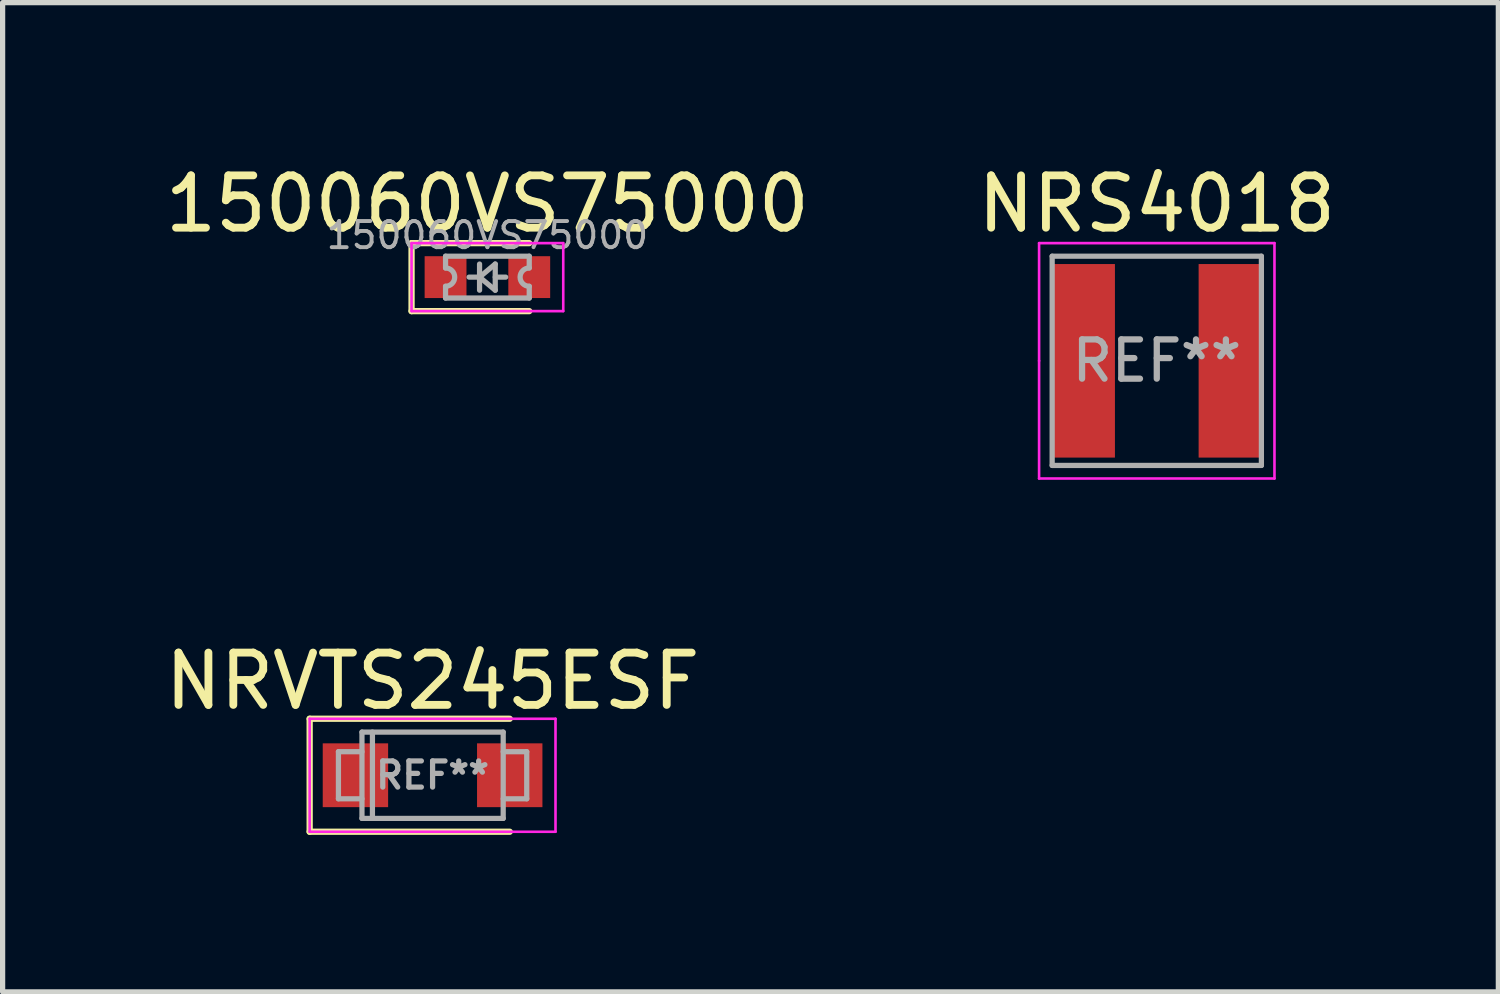
<source format=kicad_pcb>
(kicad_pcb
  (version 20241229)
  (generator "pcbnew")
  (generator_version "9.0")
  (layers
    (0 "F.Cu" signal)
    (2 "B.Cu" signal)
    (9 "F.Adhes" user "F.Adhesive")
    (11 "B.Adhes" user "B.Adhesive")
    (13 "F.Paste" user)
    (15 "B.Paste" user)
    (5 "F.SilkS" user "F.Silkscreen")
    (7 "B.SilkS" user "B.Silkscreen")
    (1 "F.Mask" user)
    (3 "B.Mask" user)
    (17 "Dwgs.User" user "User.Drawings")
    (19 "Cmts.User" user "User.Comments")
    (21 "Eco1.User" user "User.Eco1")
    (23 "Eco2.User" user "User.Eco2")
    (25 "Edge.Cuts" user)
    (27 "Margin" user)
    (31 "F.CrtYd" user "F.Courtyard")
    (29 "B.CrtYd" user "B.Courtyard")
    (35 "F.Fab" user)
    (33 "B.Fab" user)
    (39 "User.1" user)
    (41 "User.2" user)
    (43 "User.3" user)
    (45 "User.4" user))
  (footprint "150060VS75000"
    (layer "F.Cu")
    (at 6.268 2.248)
    (property "Reference" "150060VS75000" (at 0 -1.4 0) (layer "F.SilkS") (effects (font (size 1 1) (thickness 0.15))))
    (attr through_hole)
    (fp_line (start -1.45 -0.65) (end -1.45 0.65) (stroke (width 0.12) (type solid)) (layer "F.SilkS"))
    (fp_line (start -1.45 0.65) (end 0.8 0.65) (stroke (width 0.12) (type solid)) (layer "F.SilkS"))
    (fp_line (start 0.8 -0.65) (end -1.45 -0.65) (stroke (width 0.12) (type solid)) (layer "F.SilkS"))
    (fp_line (start -1.45 -0.65) (end 1.45 -0.65) (stroke (width 0.05) (type solid)) (layer "F.CrtYd"))
    (fp_line (start -1.45 0.65) (end -1.45 -0.65) (stroke (width 0.05) (type solid)) (layer "F.CrtYd"))
    (fp_line (start 1.45 -0.65) (end 1.45 0.65) (stroke (width 0.05) (type solid)) (layer "F.CrtYd"))
    (fp_line (start 1.45 0.65) (end -1.45 0.65) (stroke (width 0.05) (type solid)) (layer "F.CrtYd"))
    (fp_line (start -0.8 -0.4) (end -0.8 -0.175) (stroke (width 0.1) (type solid)) (layer "F.Fab"))
    (fp_line (start -0.8 -0.4) (end 0.8 -0.4) (stroke (width 0.1) (type solid)) (layer "F.Fab"))
    (fp_line (start -0.8 0.175) (end -0.8 0.4) (stroke (width 0.1) (type solid)) (layer "F.Fab"))
    (fp_line (start -0.35 0) (end -0.15 0) (stroke (width 0.1) (type solid)) (layer "F.Fab"))
    (fp_line (start -0.15 -0.25) (end -0.15 0.25) (stroke (width 0.1) (type solid)) (layer "F.Fab"))
    (fp_line (start -0.15 0) (end 0.15 -0.25) (stroke (width 0.1) (type solid)) (layer "F.Fab"))
    (fp_line (start 0.15 -0.25) (end 0.15 0.25) (stroke (width 0.1) (type solid)) (layer "F.Fab"))
    (fp_line (start 0.15 0) (end 0.35 0) (stroke (width 0.1) (type solid)) (layer "F.Fab"))
    (fp_line (start 0.15 0.25) (end -0.15 0) (stroke (width 0.1) (type solid)) (layer "F.Fab"))
    (fp_line (start 0.8 -0.4) (end 0.8 -0.175) (stroke (width 0.1) (type solid)) (layer "F.Fab"))
    (fp_line (start 0.8 0.4) (end -0.8 0.4) (stroke (width 0.1) (type solid)) (layer "F.Fab"))
    (fp_line (start 0.8 0.4) (end 0.8 0.175) (stroke (width 0.1) (type solid)) (layer "F.Fab"))
    (fp_arc (start -0.8 -0.175) (mid -0.625 0) (end -0.8 0.175) (stroke (width 0.1) (type solid)) (layer "F.Fab"))
    (fp_arc (start 0.8 0.175) (mid 0.625 0) (end 0.8 -0.175) (stroke (width 0.1) (type solid)) (layer "F.Fab"))
    (fp_text user "${REFERENCE}" (at 0 -0.8 0) (layer "F.Fab") (effects (font (size 0.5 0.5) (thickness 0.075))))
    (pad "1" smd rect (at -0.8 0) (size 0.8 0.8) (layers "F.Cu" "F.Mask" "F.Paste"))
    (pad "2" smd rect (at 0.8 0) (size 0.8 0.8) (layers "F.Cu" "F.Mask" "F.Paste")))
  (footprint "NRVTS245ESF"
    (layer "F.Cu")
    (at 5.22 11.771)
    (property "Reference" "NRVTS245ESF" (at 0 -1.8 0) (layer "F.SilkS") (effects (font (size 1 1) (thickness 0.15))))
    (attr through_hole)
    (fp_line (start -2.35 -1.08) (end -2.35 1.08) (stroke (width 0.12) (type solid)) (layer "F.SilkS"))
    (fp_line (start -2.35 1.08) (end 1.475 1.08) (stroke (width 0.12) (type solid)) (layer "F.SilkS"))
    (fp_line (start 1.475 -1.08) (end -2.35 -1.08) (stroke (width 0.12) (type solid)) (layer "F.SilkS"))
    (fp_line (start -2.35 -1.08) (end 2.35 -1.08) (stroke (width 0.05) (type solid)) (layer "F.CrtYd"))
    (fp_line (start -2.35 1.08) (end -2.35 -1.08) (stroke (width 0.05) (type solid)) (layer "F.CrtYd"))
    (fp_line (start 2.35 -1.08) (end 2.35 1.08) (stroke (width 0.05) (type solid)) (layer "F.CrtYd"))
    (fp_line (start 2.35 1.08) (end -2.35 1.08) (stroke (width 0.05) (type solid)) (layer "F.CrtYd"))
    (fp_line (start -1.8 -0.45) (end -1.8 0.45) (stroke (width 0.1) (type solid)) (layer "F.Fab"))
    (fp_line (start -1.8 0.45) (end -1.35 0.45) (stroke (width 0.1) (type solid)) (layer "F.Fab"))
    (fp_line (start -1.35 -0.825) (end 1.35 -0.825) (stroke (width 0.1) (type solid)) (layer "F.Fab"))
    (fp_line (start -1.35 -0.45) (end -1.8 -0.45) (stroke (width 0.1) (type solid)) (layer "F.Fab"))
    (fp_line (start -1.35 0.825) (end -1.35 -0.825) (stroke (width 0.1) (type solid)) (layer "F.Fab"))
    (fp_line (start -1.15 -0.825) (end -1.15 0.825) (stroke (width 0.1) (type solid)) (layer "F.Fab"))
    (fp_line (start 1.35 -0.825) (end 1.35 0.825) (stroke (width 0.1) (type solid)) (layer "F.Fab"))
    (fp_line (start 1.35 -0.45) (end 1.8 -0.45) (stroke (width 0.1) (type solid)) (layer "F.Fab"))
    (fp_line (start 1.35 0.825) (end -1.35 0.825) (stroke (width 0.1) (type solid)) (layer "F.Fab"))
    (fp_line (start 1.8 -0.45) (end 1.8 0.45) (stroke (width 0.1) (type solid)) (layer "F.Fab"))
    (fp_line (start 1.8 0.45) (end 1.35 0.45) (stroke (width 0.1) (type solid)) (layer "F.Fab"))
    (fp_text user "REF**" (at 0 0 0) (layer "F.Fab") (effects (font (size 0.5 0.5) (thickness 0.1))))
    (pad "1" smd rect (at -1.475 0) (size 1.25 1.22) (layers "F.Cu" "F.Mask" "F.Paste"))
    (pad "2" smd rect (at 1.475 0) (size 1.25 1.22) (layers "F.Cu" "F.Mask" "F.Paste")))
  (footprint "NRS4018"
    (layer "F.Cu")
    (at 19.065 3.848)
    (property "Reference" "NRS4018" (at 0 -3 0) (layer "F.SilkS") (effects (font (size 1 1) (thickness 0.15))))
    (attr through_hole)
    (fp_line (start -2.25 -2.25) (end 2.25 -2.25) (stroke (width 0.05) (type solid)) (layer "F.CrtYd"))
    (fp_line (start -2.25 0) (end -2.25 -2.25) (stroke (width 0.05) (type solid)) (layer "F.CrtYd"))
    (fp_line (start -2.25 2.25) (end -2.25 0) (stroke (width 0.05) (type solid)) (layer "F.CrtYd"))
    (fp_line (start 2.25 -2.25) (end 2.25 2.25) (stroke (width 0.05) (type solid)) (layer "F.CrtYd"))
    (fp_line (start 2.25 2.25) (end -2.25 2.25) (stroke (width 0.05) (type solid)) (layer "F.CrtYd"))
    (fp_line (start -2 -2) (end 2 -2) (stroke (width 0.1) (type solid)) (layer "F.Fab"))
    (fp_line (start -2 2) (end -2 -2) (stroke (width 0.1) (type solid)) (layer "F.Fab"))
    (fp_line (start 2 -2) (end 2 2) (stroke (width 0.1) (type solid)) (layer "F.Fab"))
    (fp_line (start 2 2) (end -2 2) (stroke (width 0.1) (type solid)) (layer "F.Fab"))
    (fp_text user "REF**" (at 0 0 0) (layer "F.Fab") (effects (font (size 0.75 0.75) (thickness 0.12))))
    (pad "1" smd rect (at -1.4 0) (size 1.2 3.7) (layers "F.Cu" "F.Mask" "F.Paste"))
    (pad "2" smd rect (at 1.4 0) (size 1.2 3.7) (layers "F.Cu" "F.Mask" "F.Paste")))
  (gr_rect
    (start -3 -3)
    (end 25.595 15.912)
    (stroke (width 0.1) (type default))
    (fill no)
    (layer "Edge.Cuts")))
</source>
